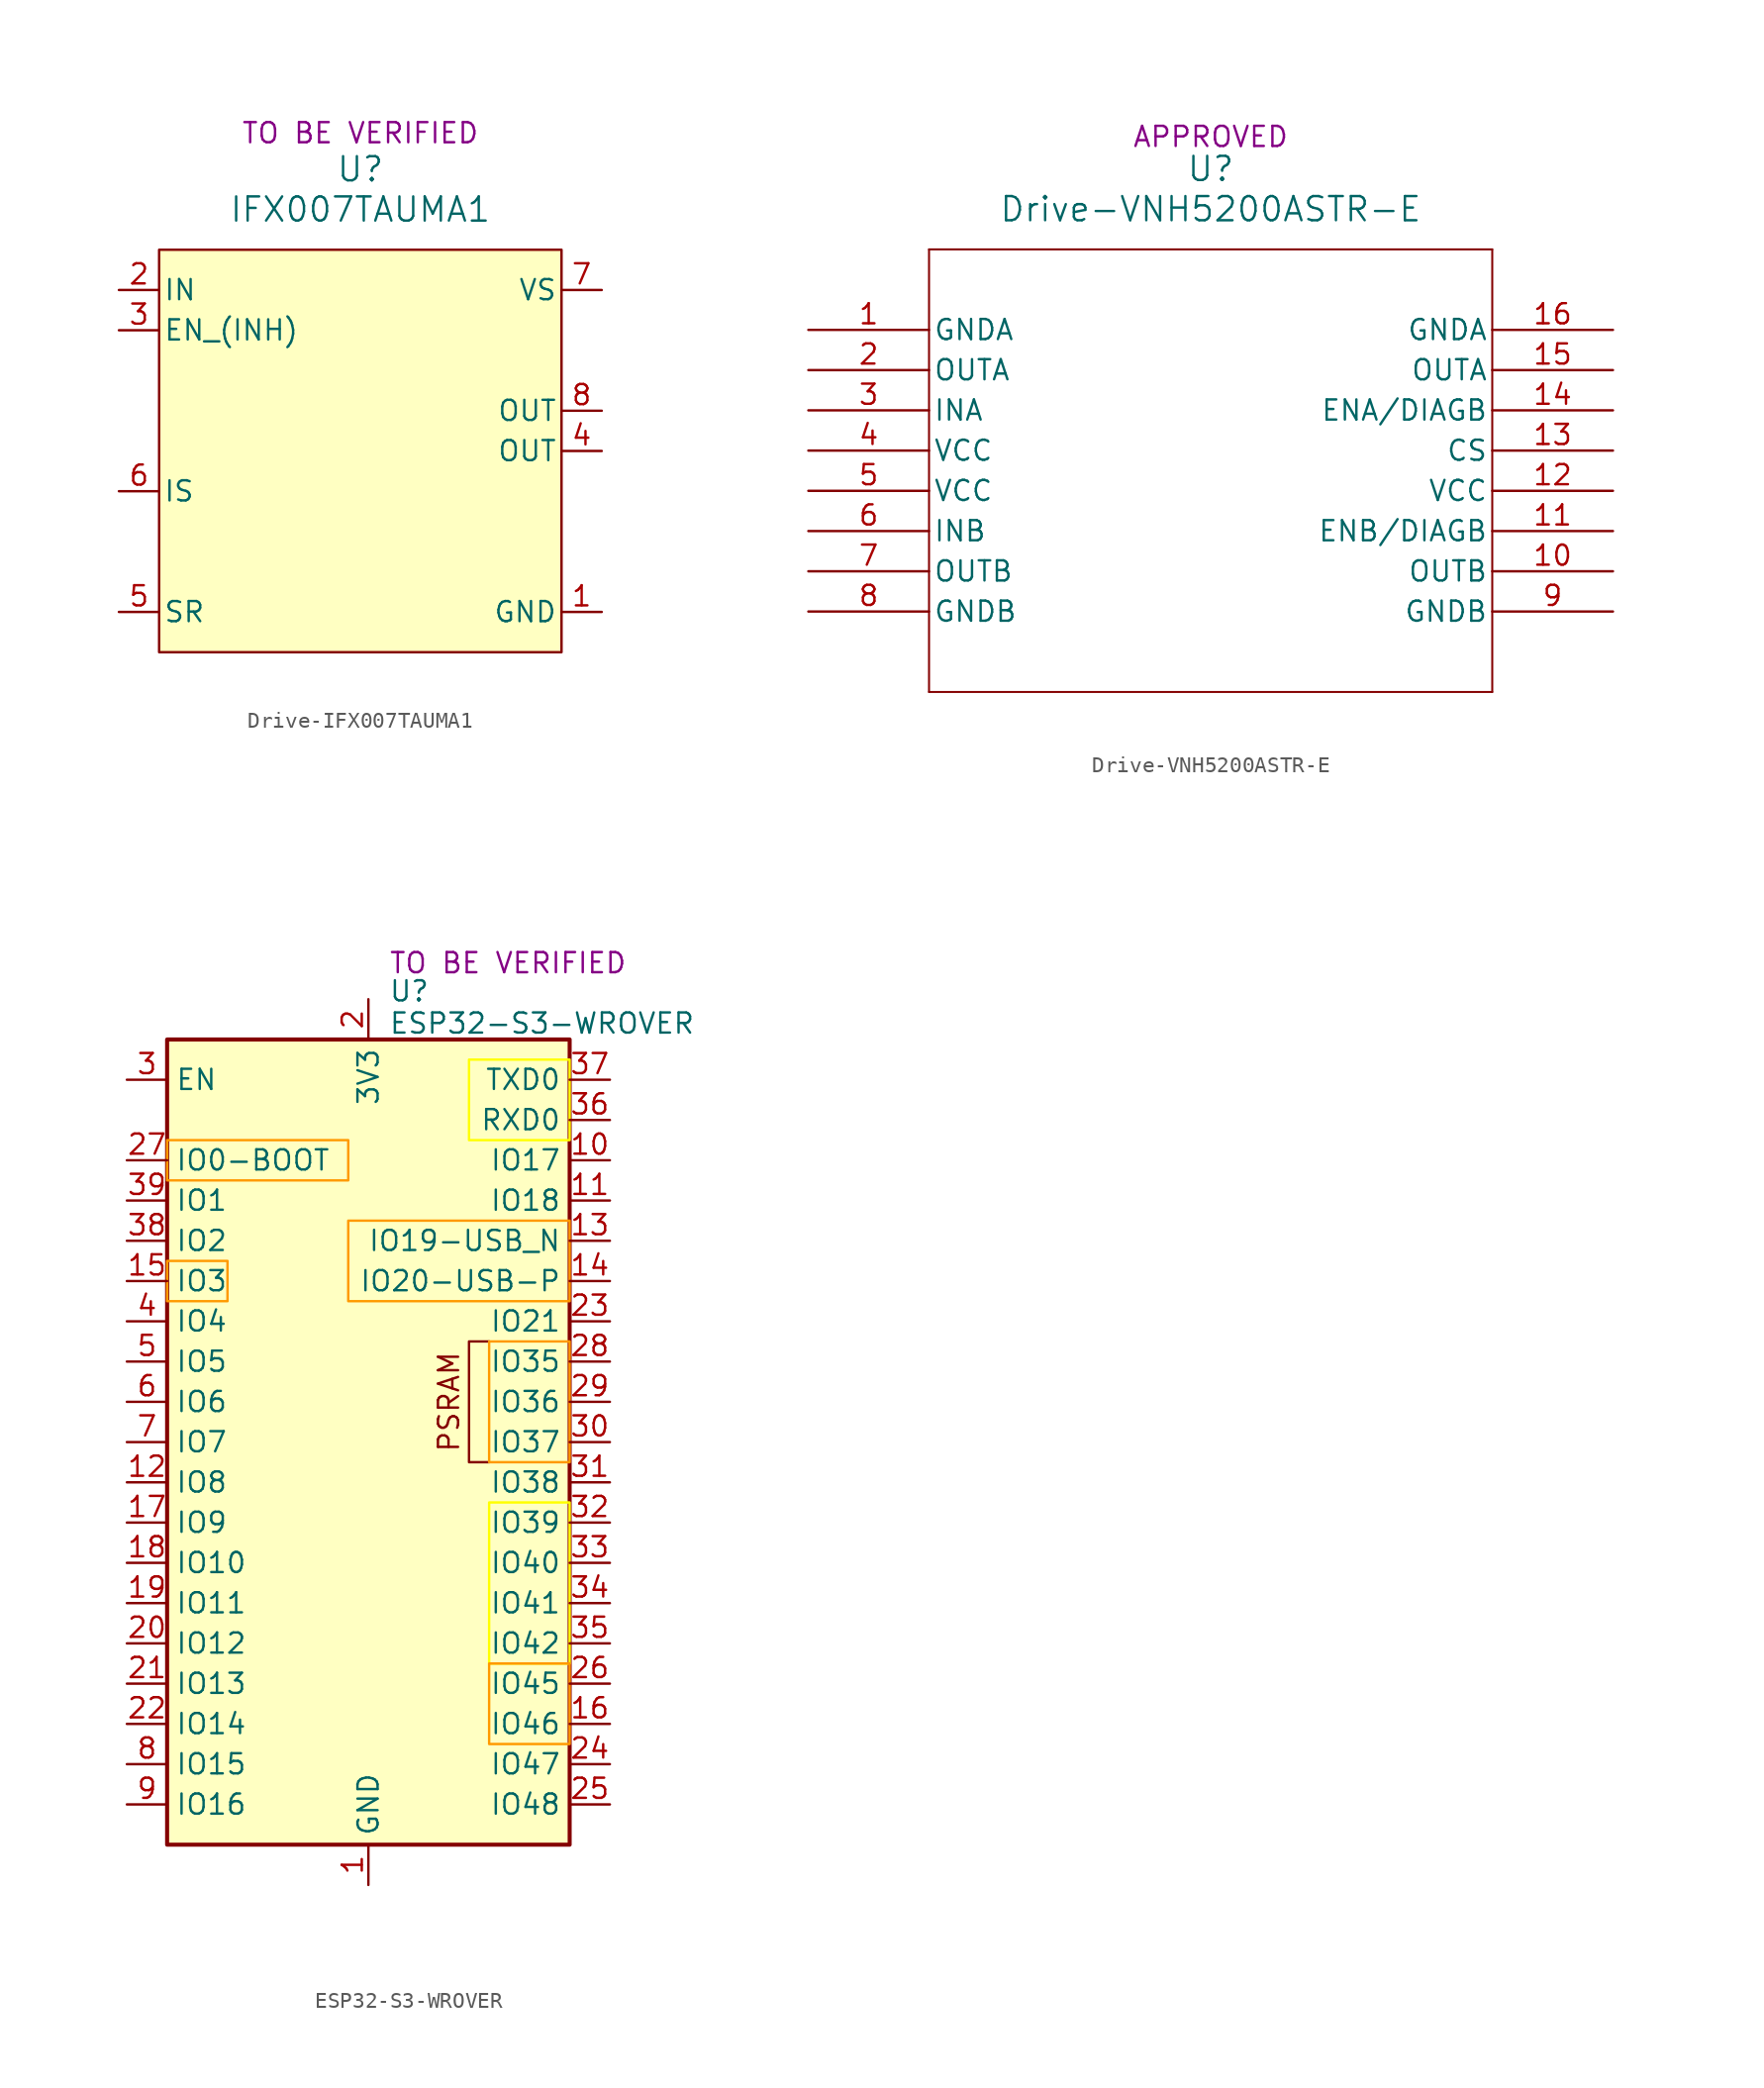
<source format=kicad_sym>
(kicad_symbol_lib
  (version 20231120)
  (generator "kicad_symbol_editor")
  (generator_version "8.0")
  (symbol "Drive-IFX007TAUMA1"
    (pin_names
      (offset 0.254))
    (property "Reference" "U"
      (at 0 -1.27 0)
      (effects (font (size 1.524 1.524))))
    (property "Value" "IFX007TAUMA1"
      (at 0 -3.81 0)
      (effects (font (size 1.524 1.524))))
    (property "STATUS" "TO BE VERIFIED"
      (at 0 1.016 0)
      (effects (font (size 1.27 1.27))))
    (symbol "Drive-IFX007TAUMA1_0_1"
      (pin power_in line (at 15.24 -29.21 180) (length 2.54) (name "GND" (effects (font (size 1.27 1.27)))) (number "1" (effects (font (size 1.27 1.27)))))
      (pin input line (at -15.24 -8.89 0) (length 2.54) (name "IN" (effects (font (size 1.27 1.27)))) (number "2" (effects (font (size 1.27 1.27)))))
      (pin output line (at -15.24 -21.59 0) (length 2.54) (name "IS" (effects (font (size 1.27 1.27)))) (number "6" (effects (font (size 1.27 1.27)))))
      (pin power_in line (at 15.24 -8.89 180) (length 2.54) (name "VS" (effects (font (size 1.27 1.27)))) (number "7" (effects (font (size 1.27 1.27))))))
    (symbol "Drive-IFX007TAUMA1_1_1"
      (rectangle (start -12.7 -6.35) (end 12.7 -31.75) (stroke (width 0) (type default)) (fill (type background)))
      (pin input line (at -15.24 -11.43 0) (length 2.54) (name "EN_(INH)" (effects (font (size 1.27 1.27)))) (number "3" (effects (font (size 1.27 1.27)))))
      (pin power_out line (at 15.24 -19.05 180) (length 2.54) (name "OUT" (effects (font (size 1.27 1.27)))) (number "4" (effects (font (size 1.27 1.27)))))
      (pin passive line (at -15.24 -29.21 0) (length 2.54) (name "SR" (effects (font (size 1.27 1.27)))) (number "5" (effects (font (size 1.27 1.27)))))
      (pin power_out line (at 15.24 -16.51 180) (length 2.54) (name "OUT" (effects (font (size 1.27 1.27)))) (number "8" (effects (font (size 1.27 1.27)))))))
  (symbol "Drive-VNH5200ASTR-E"
    (pin_names
      (offset 0.254))
    (property "Reference" "U"
      (at 25.4 10.16 0)
      (effects (font (size 1.524 1.524))))
    (property "Value" "Drive-VNH5200ASTR-E"
      (at 25.4 7.62 0)
      (effects (font (size 1.524 1.524))))
    (property "STATUS" "APPROVED"
      (at 25.4 12.192 0)
      (effects (font (size 1.27 1.27))))
    (symbol "Drive-VNH5200ASTR-E_0_1"
      (polyline (pts (xy 7.62 -22.86) (xy 43.18 -22.86)) (stroke (width 0.127) (type default)) (fill (type none)))
      (polyline (pts (xy 7.62 5.08) (xy 7.62 -22.86)) (stroke (width 0.127) (type default)) (fill (type none)))
      (polyline (pts (xy 43.18 -22.86) (xy 43.18 5.08)) (stroke (width 0.127) (type default)) (fill (type none)))
      (polyline (pts (xy 43.18 5.08) (xy 7.62 5.08)) (stroke (width 0.127) (type default)) (fill (type none)))
      (pin power_out line (at 0 0 0) (length 7.62) (name "GNDA" (effects (font (size 1.27 1.27)))) (number "1" (effects (font (size 1.27 1.27)))))
      (pin output line (at 50.8 -15.24 180) (length 7.62) (name "OUTB" (effects (font (size 1.27 1.27)))) (number "10" (effects (font (size 1.27 1.27)))))
      (pin unspecified line (at 50.8 -12.7 180) (length 7.62) (name "ENB/DIAGB" (effects (font (size 1.27 1.27)))) (number "11" (effects (font (size 1.27 1.27)))))
      (pin power_in line (at 50.8 -10.16 180) (length 7.62) (name "VCC" (effects (font (size 1.27 1.27)))) (number "12" (effects (font (size 1.27 1.27)))))
      (pin unspecified line (at 50.8 -7.62 180) (length 7.62) (name "CS" (effects (font (size 1.27 1.27)))) (number "13" (effects (font (size 1.27 1.27)))))
      (pin unspecified line (at 50.8 -5.08 180) (length 7.62) (name "ENA/DIAGB" (effects (font (size 1.27 1.27)))) (number "14" (effects (font (size 1.27 1.27)))))
      (pin output line (at 50.8 -2.54 180) (length 7.62) (name "OUTA" (effects (font (size 1.27 1.27)))) (number "15" (effects (font (size 1.27 1.27)))))
      (pin power_out line (at 50.8 0 180) (length 7.62) (name "GNDA" (effects (font (size 1.27 1.27)))) (number "16" (effects (font (size 1.27 1.27)))))
      (pin output line (at 0 -2.54 0) (length 7.62) (name "OUTA" (effects (font (size 1.27 1.27)))) (number "2" (effects (font (size 1.27 1.27)))))
      (pin input line (at 0 -5.08 0) (length 7.62) (name "INA" (effects (font (size 1.27 1.27)))) (number "3" (effects (font (size 1.27 1.27)))))
      (pin power_in line (at 0 -7.62 0) (length 7.62) (name "VCC" (effects (font (size 1.27 1.27)))) (number "4" (effects (font (size 1.27 1.27)))))
      (pin power_in line (at 0 -10.16 0) (length 7.62) (name "VCC" (effects (font (size 1.27 1.27)))) (number "5" (effects (font (size 1.27 1.27)))))
      (pin input line (at 0 -12.7 0) (length 7.62) (name "INB" (effects (font (size 1.27 1.27)))) (number "6" (effects (font (size 1.27 1.27)))))
      (pin output line (at 0 -15.24 0) (length 7.62) (name "OUTB" (effects (font (size 1.27 1.27)))) (number "7" (effects (font (size 1.27 1.27)))))
      (pin power_out line (at 0 -17.78 0) (length 7.62) (name "GNDB" (effects (font (size 1.27 1.27)))) (number "8" (effects (font (size 1.27 1.27)))))
      (pin power_out line (at 50.8 -17.78 180) (length 7.62) (name "GNDB" (effects (font (size 1.27 1.27)))) (number "9" (effects (font (size 1.27 1.27)))))))
  (symbol "ESP32-S3-WROVER"
    (property "Reference" "U"
      (at 1.27 28.448 0)
      (do_not_autoplace)
      (effects (font (size 1.27 1.27)) (justify left)))
    (property "Value" "ESP32-S3-WROVER"
      (at 1.27 26.416 0)
      (do_not_autoplace)
      (effects (font (size 1.27 1.27)) (justify left)))
    (property "STATUS" "TO BE VERIFIED"
      (at 1.27 30.226 0)
      (do_not_autoplace)
      (effects (font (size 1.27 1.27)) (justify left)))
    (symbol "ESP32-S3-WROVER_0_0"
      (rectangle (start -12.7 25.4) (end 12.7 -25.4) (stroke (width 0.254) (type default)) (fill (type background)))
      (text "PSRAM" (at 5.08 2.54 900) (effects (font (size 1.27 1.27)))))
    (symbol "ESP32-S3-WROVER_0_1"
      (polyline (pts (xy 7.62 -1.27) (xy 6.35 -1.27) (xy 6.35 6.35) (xy 7.62 6.35)) (stroke (width 0) (type default)) (fill (type none))))
    (symbol "ESP32-S3-WROVER_1_1"
      (rectangle (start -12.7 11.43) (end -8.89 8.89) (stroke (width 0) (type solid) (color 255 153 0 1)) (fill (type background)))
      (rectangle (start -12.7 19.05) (end -1.27 16.51) (stroke (width 0) (type solid) (color 255 153 0 1)) (fill (type background)))
      (rectangle (start -1.27 13.97) (end 12.7 8.89) (stroke (width 0) (type solid) (color 255 153 0 1)) (fill (type background)))
      (rectangle (start 6.35 24.13) (end 12.7 19.05) (stroke (width 0) (type solid) (color 255 255 0 1)) (fill (type background)))
      (rectangle (start 7.62 -13.97) (end 12.7 -19.05) (stroke (width 0) (type solid) (color 255 153 0 1)) (fill (type background)))
      (rectangle (start 7.62 -3.81) (end 12.7 -13.97) (stroke (width 0) (type solid) (color 255 255 0 1)) (fill (type background)))
      (rectangle (start 7.62 6.35) (end 12.7 -1.27) (stroke (width 0) (type solid) (color 255 153 0 1)) (fill (type background)))
      (pin power_in line (at 0 -27.94 90) (length 2.54) (name "GND" (effects (font (size 1.27 1.27)))) (number "1" (effects (font (size 1.27 1.27)))))
      (pin bidirectional line (at 15.24 17.78 180) (length 2.54) (name "IO17" (effects (font (size 1.27 1.27)))) (number "10" (effects (font (size 1.27 1.27)))))
      (pin bidirectional line (at 15.24 15.24 180) (length 2.54) (name "IO18" (effects (font (size 1.27 1.27)))) (number "11" (effects (font (size 1.27 1.27)))))
      (pin bidirectional line (at -15.24 -2.54 0) (length 2.54) (name "IO8" (effects (font (size 1.27 1.27)))) (number "12" (effects (font (size 1.27 1.27)))))
      (pin bidirectional line (at 15.24 12.7 180) (length 2.54) (name "IO19-USB_N" (effects (font (size 1.27 1.27)))) (number "13" (effects (font (size 1.27 1.27)))))
      (pin bidirectional line (at 15.24 10.16 180) (length 2.54) (name "IO20-USB-P" (effects (font (size 1.27 1.27)))) (number "14" (effects (font (size 1.27 1.27)))))
      (pin bidirectional line (at -15.24 10.16 0) (length 2.54) (name "IO3" (effects (font (size 1.27 1.27)))) (number "15" (effects (font (size 1.27 1.27)))))
      (pin bidirectional line (at 15.24 -17.78 180) (length 2.54) (name "IO46" (effects (font (size 1.27 1.27)))) (number "16" (effects (font (size 1.27 1.27)))))
      (pin bidirectional line (at -15.24 -5.08 0) (length 2.54) (name "IO9" (effects (font (size 1.27 1.27)))) (number "17" (effects (font (size 1.27 1.27)))))
      (pin bidirectional line (at -15.24 -7.62 0) (length 2.54) (name "IO10" (effects (font (size 1.27 1.27)))) (number "18" (effects (font (size 1.27 1.27)))))
      (pin bidirectional line (at -15.24 -10.16 0) (length 2.54) (name "IO11" (effects (font (size 1.27 1.27)))) (number "19" (effects (font (size 1.27 1.27)))))
      (pin power_in line (at 0 27.94 270) (length 2.54) (name "3V3" (effects (font (size 1.27 1.27)))) (number "2" (effects (font (size 1.27 1.27)))))
      (pin bidirectional line (at -15.24 -12.7 0) (length 2.54) (name "IO12" (effects (font (size 1.27 1.27)))) (number "20" (effects (font (size 1.27 1.27)))))
      (pin bidirectional line (at -15.24 -15.24 0) (length 2.54) (name "IO13" (effects (font (size 1.27 1.27)))) (number "21" (effects (font (size 1.27 1.27)))))
      (pin bidirectional line (at -15.24 -17.78 0) (length 2.54) (name "IO14" (effects (font (size 1.27 1.27)))) (number "22" (effects (font (size 1.27 1.27)))))
      (pin bidirectional line (at 15.24 7.62 180) (length 2.54) (name "IO21" (effects (font (size 1.27 1.27)))) (number "23" (effects (font (size 1.27 1.27)))))
      (pin bidirectional line (at 15.24 -20.32 180) (length 2.54) (name "IO47" (effects (font (size 1.27 1.27)))) (number "24" (effects (font (size 1.27 1.27)))))
      (pin bidirectional line (at 15.24 -22.86 180) (length 2.54) (name "IO48" (effects (font (size 1.27 1.27)))) (number "25" (effects (font (size 1.27 1.27)))))
      (pin bidirectional line (at 15.24 -15.24 180) (length 2.54) (name "IO45" (effects (font (size 1.27 1.27)))) (number "26" (effects (font (size 1.27 1.27)))))
      (pin bidirectional line (at -15.24 17.78 0) (length 2.54) (name "IO0-BOOT" (effects (font (size 1.27 1.27)))) (number "27" (effects (font (size 1.27 1.27)))))
      (pin bidirectional line (at 15.24 5.08 180) (length 2.54) (name "IO35" (effects (font (size 1.27 1.27)))) (number "28" (effects (font (size 1.27 1.27)))))
      (pin bidirectional line (at 15.24 2.54 180) (length 2.54) (name "IO36" (effects (font (size 1.27 1.27)))) (number "29" (effects (font (size 1.27 1.27)))))
      (pin input line (at -15.24 22.86 0) (length 2.54) (name "EN" (effects (font (size 1.27 1.27)))) (number "3" (effects (font (size 1.27 1.27)))))
      (pin bidirectional line (at 15.24 0 180) (length 2.54) (name "IO37" (effects (font (size 1.27 1.27)))) (number "30" (effects (font (size 1.27 1.27)))))
      (pin bidirectional line (at 15.24 -2.54 180) (length 2.54) (name "IO38" (effects (font (size 1.27 1.27)))) (number "31" (effects (font (size 1.27 1.27)))))
      (pin bidirectional line (at 15.24 -5.08 180) (length 2.54) (name "IO39" (effects (font (size 1.27 1.27)))) (number "32" (effects (font (size 1.27 1.27)))))
      (pin bidirectional line (at 15.24 -7.62 180) (length 2.54) (name "IO40" (effects (font (size 1.27 1.27)))) (number "33" (effects (font (size 1.27 1.27)))))
      (pin bidirectional line (at 15.24 -10.16 180) (length 2.54) (name "IO41" (effects (font (size 1.27 1.27)))) (number "34" (effects (font (size 1.27 1.27)))))
      (pin bidirectional line (at 15.24 -12.7 180) (length 2.54) (name "IO42" (effects (font (size 1.27 1.27)))) (number "35" (effects (font (size 1.27 1.27)))))
      (pin bidirectional line (at 15.24 20.32 180) (length 2.54) (name "RXD0" (effects (font (size 1.27 1.27)))) (number "36" (effects (font (size 1.27 1.27)))))
      (pin bidirectional line (at 15.24 22.86 180) (length 2.54) (name "TXD0" (effects (font (size 1.27 1.27)))) (number "37" (effects (font (size 1.27 1.27)))))
      (pin bidirectional line (at -15.24 12.7 0) (length 2.54) (name "IO2" (effects (font (size 1.27 1.27)))) (number "38" (effects (font (size 1.27 1.27)))))
      (pin bidirectional line (at -15.24 15.24 0) (length 2.54) (name "IO1" (effects (font (size 1.27 1.27)))) (number "39" (effects (font (size 1.27 1.27)))))
      (pin bidirectional line (at -15.24 7.62 0) (length 2.54) (name "IO4" (effects (font (size 1.27 1.27)))) (number "4" (effects (font (size 1.27 1.27)))))
      (pin passive line (at 0 -27.94 90) (length 2.54) hide (name "GND" (effects (font (size 1.27 1.27)))) (number "40" (effects (font (size 1.27 1.27)))))
      (pin passive line (at 0 -27.94 90) (length 2.54) hide (name "GND" (effects (font (size 1.27 1.27)))) (number "41" (effects (font (size 1.27 1.27)))))
      (pin bidirectional line (at -15.24 5.08 0) (length 2.54) (name "IO5" (effects (font (size 1.27 1.27)))) (number "5" (effects (font (size 1.27 1.27)))))
      (pin bidirectional line (at -15.24 2.54 0) (length 2.54) (name "IO6" (effects (font (size 1.27 1.27)))) (number "6" (effects (font (size 1.27 1.27)))))
      (pin bidirectional line (at -15.24 0 0) (length 2.54) (name "IO7" (effects (font (size 1.27 1.27)))) (number "7" (effects (font (size 1.27 1.27)))))
      (pin bidirectional line (at -15.24 -20.32 0) (length 2.54) (name "IO15" (effects (font (size 1.27 1.27)))) (number "8" (effects (font (size 1.27 1.27)))))
      (pin bidirectional line (at -15.24 -22.86 0) (length 2.54) (name "IO16" (effects (font (size 1.27 1.27)))) (number "9" (effects (font (size 1.27 1.27))))))))
</source>
